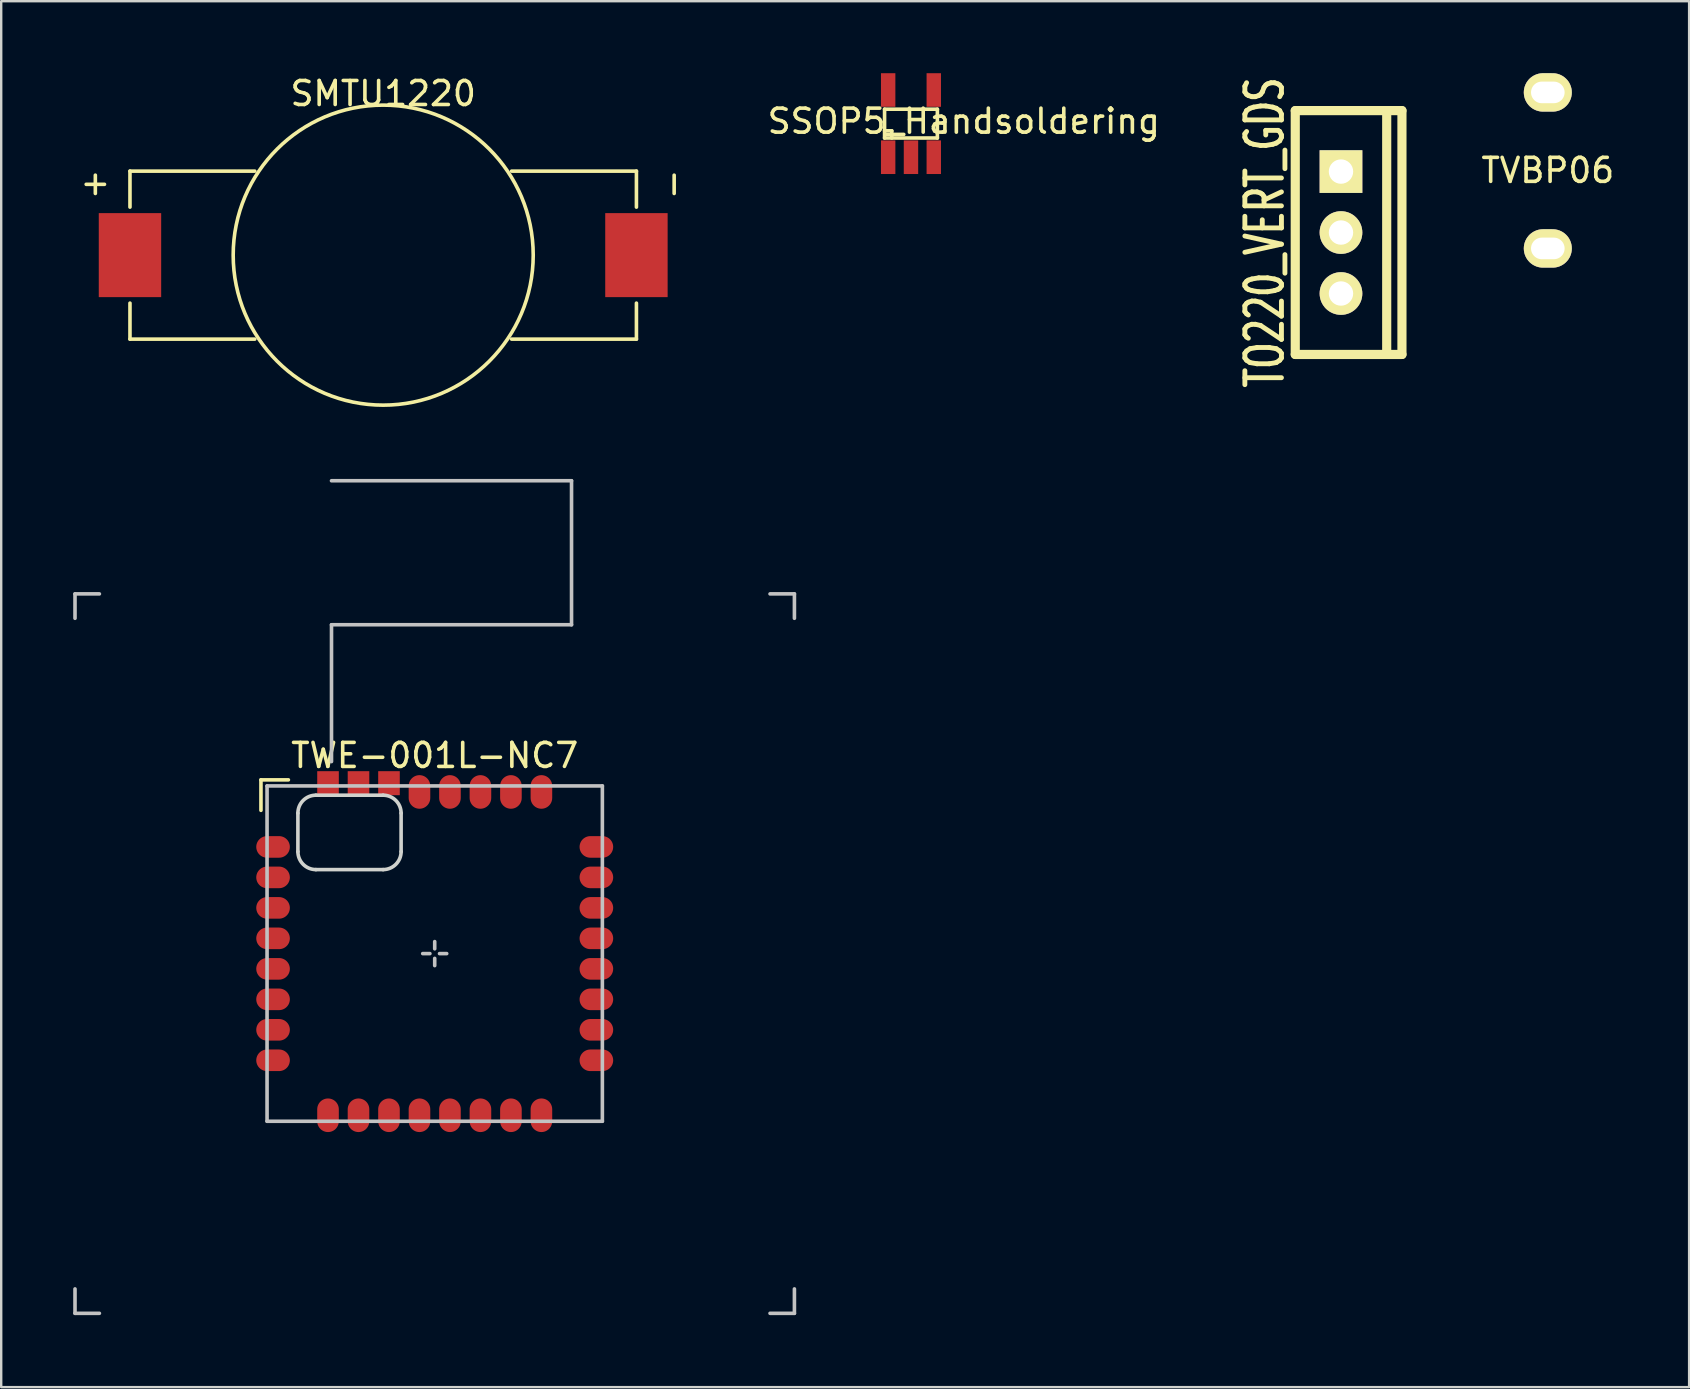
<source format=kicad_pcb>
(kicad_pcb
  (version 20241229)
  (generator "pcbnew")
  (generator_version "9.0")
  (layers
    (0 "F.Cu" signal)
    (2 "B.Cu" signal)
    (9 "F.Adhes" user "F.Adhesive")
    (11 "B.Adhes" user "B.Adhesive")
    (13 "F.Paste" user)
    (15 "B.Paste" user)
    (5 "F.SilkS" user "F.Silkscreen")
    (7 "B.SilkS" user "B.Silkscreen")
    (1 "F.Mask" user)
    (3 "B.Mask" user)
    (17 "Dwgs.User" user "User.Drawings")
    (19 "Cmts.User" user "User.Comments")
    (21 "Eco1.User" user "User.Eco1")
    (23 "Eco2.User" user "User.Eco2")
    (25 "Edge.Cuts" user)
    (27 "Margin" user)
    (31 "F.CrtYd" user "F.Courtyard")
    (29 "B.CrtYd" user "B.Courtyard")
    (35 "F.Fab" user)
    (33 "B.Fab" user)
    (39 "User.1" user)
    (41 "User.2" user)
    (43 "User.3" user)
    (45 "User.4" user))
  (footprint "TVBP06"
    (layer "F.Cu")
    (at 61.435 4.05)
    (property "Reference" "TVBP06" (at 0 0 0) (layer "F.SilkS") (effects (font (size 1 1) (thickness 0.15))))
    (attr through_hole)
    (pad "1" thru_hole oval (at 0 -3.25) (size 2 1.6) (drill oval 1.4 0.9) (layers "*.Cu" "*.Mask" "F.SilkS"))
    (pad "2" thru_hole oval (at 0 3.25) (size 2 1.6) (drill oval 1.4 0.9) (layers "*.Cu" "*.Mask" "F.SilkS")))
  (footprint "SSOP5_Handsoldering"
    (layer "F.Cu")
    (at 34.903 2.1)
    (property "Reference" "SSOP5_Handsoldering" (at 2.2 -0.1 0) (layer "F.SilkS") (effects (font (size 1 1) (thickness 0.15))))
    (attr smd)
    (fp_line (start -1.1 -0.6) (end -1.1 0.6) (stroke (width 0.15) (type solid)) (layer "F.SilkS"))
    (fp_line (start -1.1 0.3) (end -0.8 0.3) (stroke (width 0.15) (type solid)) (layer "F.SilkS"))
    (fp_line (start -1.1 0.6) (end 1.1 0.6) (stroke (width 0.15) (type solid)) (layer "F.SilkS"))
    (fp_line (start -0.8 0.3) (end -0.8 0.6) (stroke (width 0.15) (type solid)) (layer "F.SilkS"))
    (fp_line (start 1.1 -0.6) (end -1.1 -0.6) (stroke (width 0.15) (type solid)) (layer "F.SilkS"))
    (fp_line (start 1.1 0.6) (end 1.1 -0.6) (stroke (width 0.15) (type solid)) (layer "F.SilkS"))
    (pad "1" smd rect (at -0.95 1.4) (size 0.6 1.4) (layers "F.Cu" "F.Mask" "F.Paste"))
    (pad "2" smd rect (at 0 1.4) (size 0.6 1.4) (layers "F.Cu" "F.Mask" "F.Paste"))
    (pad "3" smd rect (at 0.95 1.4) (size 0.6 1.4) (layers "F.Cu" "F.Mask" "F.Paste"))
    (pad "4" smd rect (at 0.95 -1.4) (size 0.6 1.4) (layers "F.Cu" "F.Mask" "F.Paste"))
    (pad "5" smd rect (at -0.95 -1.4) (size 0.6 1.4) (layers "F.Cu" "F.Mask" "F.Paste")))
  (footprint "TWE-001L-NC7"
    (layer "F.Cu")
    (at 15.061 36.679)
    (property "Reference" "TWE-001L-NC7" (at 0 -8.255 0) (layer "F.SilkS") (effects (font (size 1 1) (thickness 0.15))))
    (attr through_hole)
    (fp_line (start -7.239 -7.239) (end -7.239 -5.969) (stroke (width 0.15) (type solid)) (layer "F.SilkS"))
    (fp_line (start -6.096 -7.239) (end -7.239 -7.239) (stroke (width 0.15) (type solid)) (layer "F.SilkS"))
    (fp_line (start -14.986 -14.986) (end -14.986 -13.97) (stroke (width 0.15) (type solid)) (layer "Dwgs.User"))
    (fp_line (start -14.986 13.97) (end -14.986 14.986) (stroke (width 0.15) (type solid)) (layer "Dwgs.User"))
    (fp_line (start -14.986 14.986) (end -13.97 14.986) (stroke (width 0.15) (type solid)) (layer "Dwgs.User"))
    (fp_line (start -13.97 -14.986) (end -14.986 -14.986) (stroke (width 0.15) (type solid)) (layer "Dwgs.User"))
    (fp_line (start -6.985 -6.985) (end -6.985 6.985) (stroke (width 0.15) (type solid)) (layer "Dwgs.User"))
    (fp_line (start -6.985 -6.985) (end 6.985 -6.985) (stroke (width 0.15) (type solid)) (layer "Dwgs.User"))
    (fp_line (start -6.985 6.985) (end 6.985 6.985) (stroke (width 0.15) (type solid)) (layer "Dwgs.User"))
    (fp_line (start -4.3 -13.7) (end 5.7 -13.7) (stroke (width 0.15) (type solid)) (layer "Dwgs.User"))
    (fp_line (start -4.3 -8) (end -4.3 -13.7) (stroke (width 0.15) (type solid)) (layer "Dwgs.User"))
    (fp_line (start -0.5 0) (end -0.2 0) (stroke (width 0.15) (type solid)) (layer "Dwgs.User"))
    (fp_line (start 0 -0.5) (end 0 -0.2) (stroke (width 0.15) (type solid)) (layer "Dwgs.User"))
    (fp_line (start 0 0.5) (end 0 0.2) (stroke (width 0.15) (type solid)) (layer "Dwgs.User"))
    (fp_line (start 0.2 0) (end 0.5 0) (stroke (width 0.15) (type solid)) (layer "Dwgs.User"))
    (fp_line (start 5.7 -19.7) (end -4.3 -19.7) (stroke (width 0.15) (type solid)) (layer "Dwgs.User"))
    (fp_line (start 5.7 -13.7) (end 5.7 -19.7) (stroke (width 0.15) (type solid)) (layer "Dwgs.User"))
    (fp_line (start 6.985 6.985) (end 6.985 -6.985) (stroke (width 0.15) (type solid)) (layer "Dwgs.User"))
    (fp_line (start 13.97 -14.986) (end 14.986 -14.986) (stroke (width 0.15) (type solid)) (layer "Dwgs.User"))
    (fp_line (start 14.986 -14.986) (end 14.986 -13.97) (stroke (width 0.15) (type solid)) (layer "Dwgs.User"))
    (fp_line (start 14.986 13.97) (end 14.986 14.986) (stroke (width 0.15) (type solid)) (layer "Dwgs.User"))
    (fp_line (start 14.986 14.986) (end 13.97 14.986) (stroke (width 0.15) (type solid)) (layer "Dwgs.User"))
    (fp_line (start -5.7 -4.25) (end -5.7 -5.85) (stroke (width 0.15) (type solid)) (layer "Edge.Cuts"))
    (fp_line (start -2.15 -6.6) (end -4.95 -6.6) (stroke (width 0.15) (type solid)) (layer "Edge.Cuts"))
    (fp_line (start -2.15 -3.5) (end -4.95 -3.5) (stroke (width 0.15) (type solid)) (layer "Edge.Cuts"))
    (fp_line (start -1.4 -5.85) (end -1.4 -4.25) (stroke (width 0.15) (type solid)) (layer "Edge.Cuts"))
    (fp_arc (start -5.7 -5.85) (mid -5.48033 -6.38033) (end -4.95 -6.6) (stroke (width 0.15) (type solid)) (layer "Edge.Cuts"))
    (fp_arc (start -4.95 -3.5) (mid -5.48033 -3.71967) (end -5.7 -4.25) (stroke (width 0.15) (type solid)) (layer "Edge.Cuts"))
    (fp_arc (start -2.15 -6.6) (mid -1.61967 -6.38033) (end -1.4 -5.85) (stroke (width 0.15) (type solid)) (layer "Edge.Cuts"))
    (fp_arc (start -1.4 -4.25) (mid -1.61967 -3.71967) (end -2.15 -3.5) (stroke (width 0.15) (type solid)) (layer "Edge.Cuts"))
    (pad "1" smd oval (at -6.735 -4.445 90) (size 0.9 1.4) (layers "F.Cu" "F.Mask" "F.Paste"))
    (pad "2" smd oval (at -6.735 -3.175 90) (size 0.9 1.4) (layers "F.Cu" "F.Mask" "F.Paste"))
    (pad "3" smd oval (at -6.735 -1.905 90) (size 0.9 1.4) (layers "F.Cu" "F.Mask" "F.Paste"))
    (pad "4" smd oval (at -6.735 -0.635 90) (size 0.9 1.4) (layers "F.Cu" "F.Mask" "F.Paste"))
    (pad "5" smd oval (at -6.735 0.635 90) (size 0.9 1.4) (layers "F.Cu" "F.Mask" "F.Paste"))
    (pad "6" smd oval (at -6.735 1.905 90) (size 0.9 1.4) (layers "F.Cu" "F.Mask" "F.Paste"))
    (pad "7" smd oval (at -6.735 3.175 90) (size 0.9 1.4) (layers "F.Cu" "F.Mask" "F.Paste"))
    (pad "8" smd oval (at -6.735 4.445 90) (size 0.9 1.4) (layers "F.Cu" "F.Mask" "F.Paste"))
    (pad "9" smd oval (at -4.445 6.735) (size 0.9 1.4) (layers "F.Cu" "F.Mask" "F.Paste"))
    (pad "10" smd oval (at -3.175 6.735) (size 0.9 1.4) (layers "F.Cu" "F.Mask" "F.Paste"))
    (pad "11" smd oval (at -1.905 6.735) (size 0.9 1.4) (layers "F.Cu" "F.Mask" "F.Paste"))
    (pad "12" smd oval (at -0.635 6.735) (size 0.9 1.4) (layers "F.Cu" "F.Mask" "F.Paste"))
    (pad "13" smd oval (at 0.635 6.735) (size 0.9 1.4) (layers "F.Cu" "F.Mask" "F.Paste"))
    (pad "14" smd oval (at 1.905 6.735) (size 0.9 1.4) (layers "F.Cu" "F.Mask" "F.Paste"))
    (pad "15" smd oval (at 3.175 6.735) (size 0.9 1.4) (layers "F.Cu" "F.Mask" "F.Paste"))
    (pad "16" smd oval (at 4.445 6.735) (size 0.9 1.4) (layers "F.Cu" "F.Mask" "F.Paste"))
    (pad "17" smd oval (at 6.735 4.445 90) (size 0.9 1.4) (layers "F.Cu" "F.Mask" "F.Paste"))
    (pad "18" smd oval (at 6.735 3.175 90) (size 0.9 1.4) (layers "F.Cu" "F.Mask" "F.Paste"))
    (pad "19" smd oval (at 6.735 1.905 90) (size 0.9 1.4) (layers "F.Cu" "F.Mask" "F.Paste"))
    (pad "20" smd oval (at 6.735 0.635 90) (size 0.9 1.4) (layers "F.Cu" "F.Mask" "F.Paste"))
    (pad "21" smd oval (at 6.735 -0.635 90) (size 0.9 1.4) (layers "F.Cu" "F.Mask" "F.Paste"))
    (pad "22" smd oval (at 6.735 -1.905 90) (size 0.9 1.4) (layers "F.Cu" "F.Mask" "F.Paste"))
    (pad "23" smd oval (at 6.735 -3.175 90) (size 0.9 1.4) (layers "F.Cu" "F.Mask" "F.Paste"))
    (pad "24" smd oval (at 6.735 -4.445 90) (size 0.9 1.4) (layers "F.Cu" "F.Mask" "F.Paste"))
    (pad "25" smd oval (at 4.445 -6.735) (size 0.9 1.4) (layers "F.Cu" "F.Mask" "F.Paste"))
    (pad "26" smd oval (at 3.175 -6.735) (size 0.9 1.4) (layers "F.Cu" "F.Mask" "F.Paste"))
    (pad "27" smd oval (at 1.905 -6.735) (size 0.9 1.4) (layers "F.Cu" "F.Mask" "F.Paste"))
    (pad "28" smd oval (at 0.635 -6.735) (size 0.9 1.4) (layers "F.Cu" "F.Mask" "F.Paste"))
    (pad "29" smd oval (at -0.635 -6.735) (size 0.9 1.4) (layers "F.Cu" "F.Mask" "F.Paste"))
    (pad "30" smd rect (at -1.905 -7.1) (size 0.9 1) (layers "F.Cu" "F.Mask" "F.Paste"))
    (pad "31" smd rect (at -3.175 -7.1) (size 0.9 1) (layers "F.Cu" "F.Mask" "F.Paste"))
    (pad "32" smd rect (at -4.445 -7.1) (size 0.9 1) (layers "F.Cu" "F.Mask" "F.Paste")))
  (footprint "SMTU1220"
    (layer "F.Cu")
    (at 12.915 7.579)
    (property "Reference" "SMTU1220" (at 0 -6.731 0) (layer "F.SilkS") (effects (font (size 1 1) (thickness 0.15))))
    (attr through_hole)
    (fp_line (start -10.55 -3.5) (end -10.55 -2) (stroke (width 0.15) (type solid)) (layer "F.SilkS"))
    (fp_line (start -10.55 3.5) (end -10.55 2) (stroke (width 0.15) (type solid)) (layer "F.SilkS"))
    (fp_line (start -10.55 3.5) (end -5.35 3.5) (stroke (width 0.15) (type solid)) (layer "F.SilkS"))
    (fp_line (start -5.35 -3.5) (end -10.55 -3.5) (stroke (width 0.15) (type solid)) (layer "F.SilkS"))
    (fp_line (start 5.35 -3.5) (end 10.55 -3.5) (stroke (width 0.15) (type solid)) (layer "F.SilkS"))
    (fp_line (start 10.55 -3.5) (end 10.55 -2) (stroke (width 0.15) (type solid)) (layer "F.SilkS"))
    (fp_line (start 10.55 2) (end 10.55 3.5) (stroke (width 0.15) (type solid)) (layer "F.SilkS"))
    (fp_line (start 10.55 3.5) (end 5.35 3.5) (stroke (width 0.15) (type solid)) (layer "F.SilkS"))
    (fp_circle (center 0 0) (end 0 -6.25) (stroke (width 0.15) (type solid)) (fill no) (layer "F.SilkS"))
    (fp_text user "+" (at -12.067 -2.95 90) (layer "F.SilkS") (effects (font (size 1 1) (thickness 0.15))))
    (fp_text user "-" (at 12.048 -2.95 90) (layer "F.SilkS") (effects (font (size 1 1) (thickness 0.15))))
    (pad "1" smd rect (at -10.55 0) (size 2.6 3.5) (layers "F.Cu" "F.Mask" "F.Paste"))
    (pad "2" smd rect (at 10.55 0) (size 2.6 3.5) (layers "F.Cu" "F.Mask" "F.Paste")))
  (footprint "TO220_VERT_GDS"
    (layer "F.Cu")
    (at 52.818 6.638)
    (property "Reference" "TO220_VERT_GDS" (at -3.175 0 90) (layer "F.SilkS") (effects (font (size 1.524 1.016) (thickness 0.203))))
    (attr through_hole)
    (fp_line (start -1.905 -5.08) (end 1.905 -5.08) (stroke (width 0.381) (type solid)) (layer "F.SilkS"))
    (fp_line (start -1.905 5.08) (end -1.905 -5.08) (stroke (width 0.381) (type solid)) (layer "F.SilkS"))
    (fp_line (start 1.905 -5.08) (end 1.905 5.08) (stroke (width 0.381) (type solid)) (layer "F.SilkS"))
    (fp_line (start 1.905 -5.08) (end 2.54 -5.08) (stroke (width 0.381) (type solid)) (layer "F.SilkS"))
    (fp_line (start 1.905 5.08) (end -1.905 5.08) (stroke (width 0.381) (type solid)) (layer "F.SilkS"))
    (fp_line (start 2.54 -5.08) (end 2.54 5.08) (stroke (width 0.381) (type solid)) (layer "F.SilkS"))
    (fp_line (start 2.54 5.08) (end 1.905 5.08) (stroke (width 0.381) (type solid)) (layer "F.SilkS"))
    (pad "D" thru_hole circle (at 0 0) (size 1.778 1.778) (drill 1.016) (layers "*.Cu" "*.Mask" "F.SilkS"))
    (pad "G" thru_hole rect (at 0 -2.54) (size 1.778 1.778) (drill 1.016) (layers "*.Cu" "*.Mask" "F.SilkS"))
    (pad "S" thru_hole circle (at 0 2.54) (size 1.778 1.778) (drill 1.016) (layers "*.Cu" "*.Mask" "F.SilkS")))
  (gr_rect
    (start -3 -3)
    (end 67.322 54.74)
    (stroke (width 0.1) (type default))
    (fill no)
    (layer "Edge.Cuts")))
</source>
